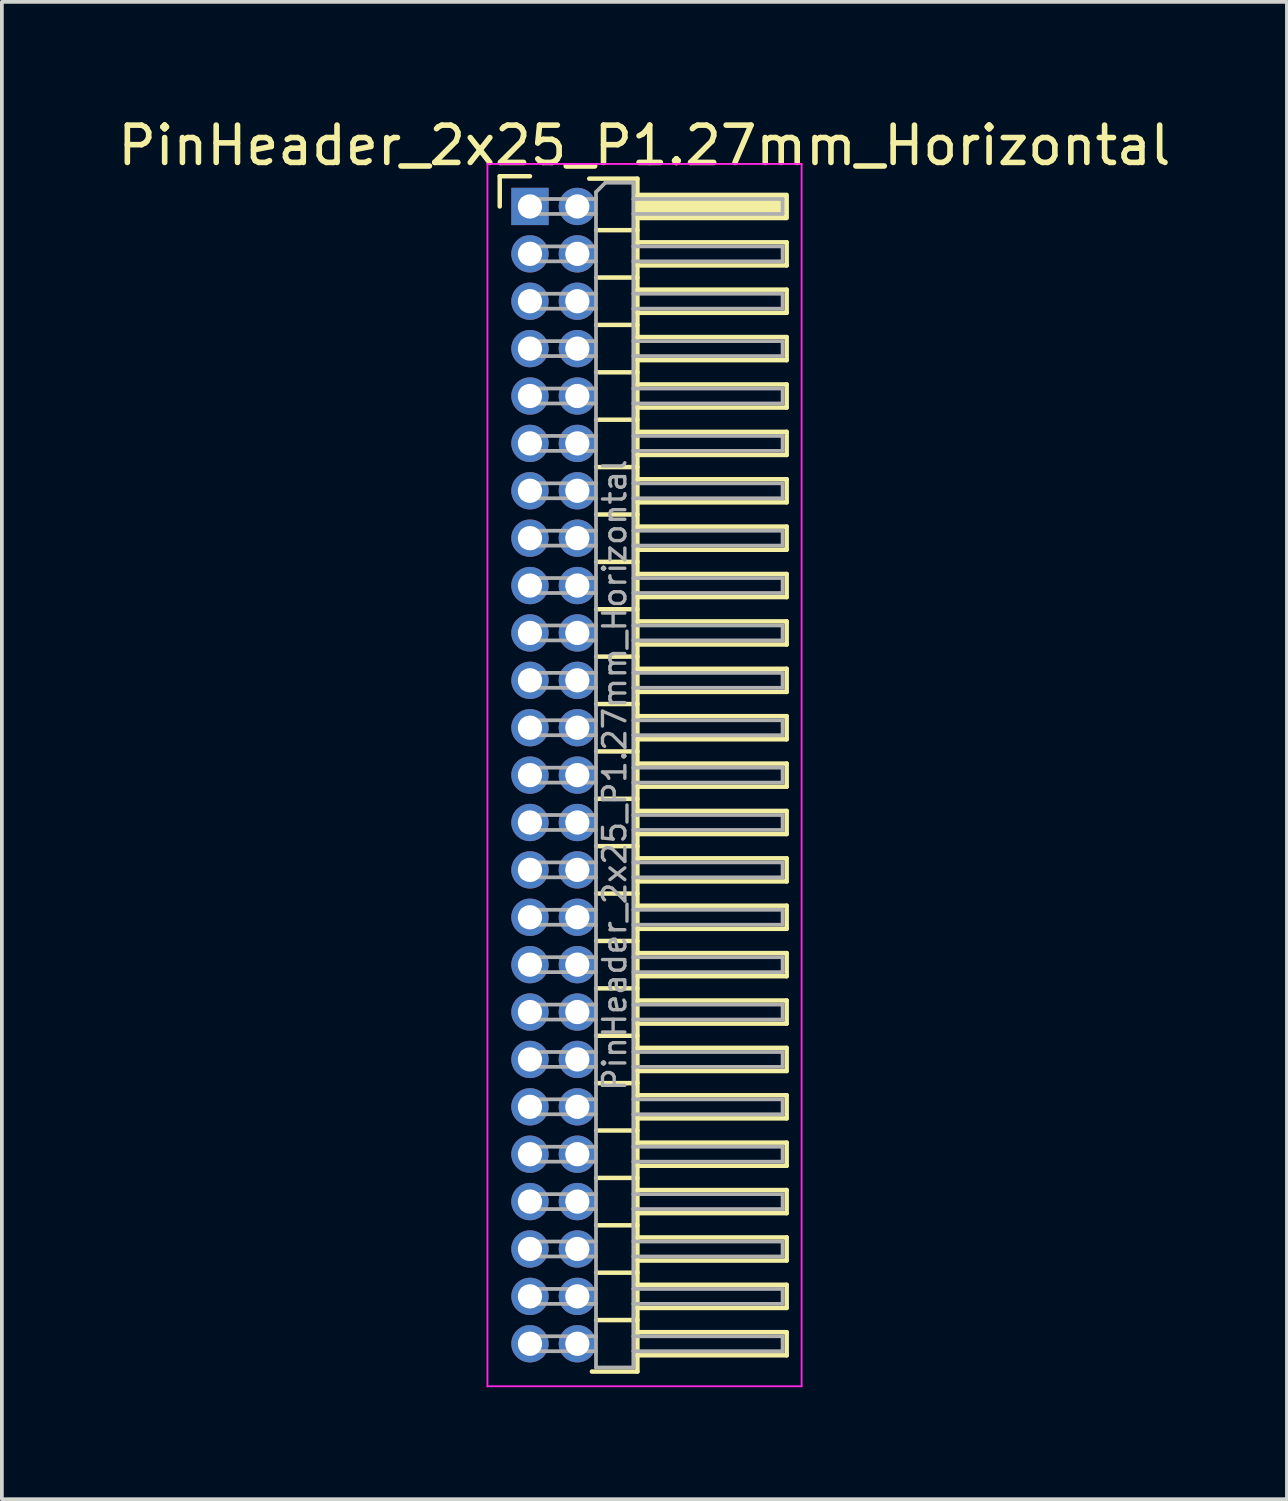
<source format=kicad_pcb>
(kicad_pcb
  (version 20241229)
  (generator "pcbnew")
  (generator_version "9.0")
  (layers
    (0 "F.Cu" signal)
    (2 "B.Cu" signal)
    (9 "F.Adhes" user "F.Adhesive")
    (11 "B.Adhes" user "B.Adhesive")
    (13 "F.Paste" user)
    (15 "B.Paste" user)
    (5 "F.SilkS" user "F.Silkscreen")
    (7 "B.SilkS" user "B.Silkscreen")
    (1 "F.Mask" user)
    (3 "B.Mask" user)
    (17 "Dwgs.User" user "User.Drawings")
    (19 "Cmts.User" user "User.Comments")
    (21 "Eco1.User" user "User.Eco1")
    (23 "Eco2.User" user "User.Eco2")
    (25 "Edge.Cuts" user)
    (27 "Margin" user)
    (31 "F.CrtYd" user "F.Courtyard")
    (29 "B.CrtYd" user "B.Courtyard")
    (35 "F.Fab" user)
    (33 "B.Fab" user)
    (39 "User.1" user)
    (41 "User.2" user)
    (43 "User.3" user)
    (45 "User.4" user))
  (footprint "PinHeader_2x25_P1.27mm_Horizontal"
    (layer "F.Cu")
    (at 11.153 2.483)
    (property "Reference" "PinHeader_2x25_P1.27mm_Horizontal" (at 3.067 -1.635 0) (layer "F.SilkS") (effects (font (size 1 1) (thickness 0.15))))
    (attr through_hole)
    (fp_line (start -0.81 -0.81) (end 0 -0.81) (stroke (width 0.12) (type solid)) (layer "F.SilkS"))
    (fp_line (start -0.81 0) (end -0.81 -0.81) (stroke (width 0.12) (type solid)) (layer "F.SilkS"))
    (fp_line (start 1.588 -0.745) (end 2.88 -0.745) (stroke (width 0.12) (type solid)) (layer "F.SilkS"))
    (fp_line (start 1.773 0.635) (end 2.88 0.635) (stroke (width 0.12) (type solid)) (layer "F.SilkS"))
    (fp_line (start 1.773 1.905) (end 2.88 1.905) (stroke (width 0.12) (type solid)) (layer "F.SilkS"))
    (fp_line (start 1.773 3.175) (end 2.88 3.175) (stroke (width 0.12) (type solid)) (layer "F.SilkS"))
    (fp_line (start 1.773 4.445) (end 2.88 4.445) (stroke (width 0.12) (type solid)) (layer "F.SilkS"))
    (fp_line (start 1.773 5.715) (end 2.88 5.715) (stroke (width 0.12) (type solid)) (layer "F.SilkS"))
    (fp_line (start 1.773 6.985) (end 2.88 6.985) (stroke (width 0.12) (type solid)) (layer "F.SilkS"))
    (fp_line (start 1.773 8.255) (end 2.88 8.255) (stroke (width 0.12) (type solid)) (layer "F.SilkS"))
    (fp_line (start 1.773 9.525) (end 2.88 9.525) (stroke (width 0.12) (type solid)) (layer "F.SilkS"))
    (fp_line (start 1.773 10.795) (end 2.88 10.795) (stroke (width 0.12) (type solid)) (layer "F.SilkS"))
    (fp_line (start 1.773 12.065) (end 2.88 12.065) (stroke (width 0.12) (type solid)) (layer "F.SilkS"))
    (fp_line (start 1.773 13.335) (end 2.88 13.335) (stroke (width 0.12) (type solid)) (layer "F.SilkS"))
    (fp_line (start 1.773 14.605) (end 2.88 14.605) (stroke (width 0.12) (type solid)) (layer "F.SilkS"))
    (fp_line (start 1.773 15.875) (end 2.88 15.875) (stroke (width 0.12) (type solid)) (layer "F.SilkS"))
    (fp_line (start 1.773 17.145) (end 2.88 17.145) (stroke (width 0.12) (type solid)) (layer "F.SilkS"))
    (fp_line (start 1.773 18.415) (end 2.88 18.415) (stroke (width 0.12) (type solid)) (layer "F.SilkS"))
    (fp_line (start 1.773 19.685) (end 2.88 19.685) (stroke (width 0.12) (type solid)) (layer "F.SilkS"))
    (fp_line (start 1.773 20.955) (end 2.88 20.955) (stroke (width 0.12) (type solid)) (layer "F.SilkS"))
    (fp_line (start 1.773 22.225) (end 2.88 22.225) (stroke (width 0.12) (type solid)) (layer "F.SilkS"))
    (fp_line (start 1.773 23.495) (end 2.88 23.495) (stroke (width 0.12) (type solid)) (layer "F.SilkS"))
    (fp_line (start 1.773 24.765) (end 2.88 24.765) (stroke (width 0.12) (type solid)) (layer "F.SilkS"))
    (fp_line (start 1.773 26.035) (end 2.88 26.035) (stroke (width 0.12) (type solid)) (layer "F.SilkS"))
    (fp_line (start 1.773 27.305) (end 2.88 27.305) (stroke (width 0.12) (type solid)) (layer "F.SilkS"))
    (fp_line (start 1.773 28.575) (end 2.88 28.575) (stroke (width 0.12) (type solid)) (layer "F.SilkS"))
    (fp_line (start 1.773 29.845) (end 2.88 29.845) (stroke (width 0.12) (type solid)) (layer "F.SilkS"))
    (fp_line (start 2.88 -0.745) (end 2.88 31.225) (stroke (width 0.12) (type solid)) (layer "F.SilkS"))
    (fp_line (start 2.88 0.96) (end 6.88 0.96) (stroke (width 0.12) (type solid)) (layer "F.SilkS"))
    (fp_line (start 2.88 2.23) (end 6.88 2.23) (stroke (width 0.12) (type solid)) (layer "F.SilkS"))
    (fp_line (start 2.88 3.5) (end 6.88 3.5) (stroke (width 0.12) (type solid)) (layer "F.SilkS"))
    (fp_line (start 2.88 4.77) (end 6.88 4.77) (stroke (width 0.12) (type solid)) (layer "F.SilkS"))
    (fp_line (start 2.88 6.04) (end 6.88 6.04) (stroke (width 0.12) (type solid)) (layer "F.SilkS"))
    (fp_line (start 2.88 7.31) (end 6.88 7.31) (stroke (width 0.12) (type solid)) (layer "F.SilkS"))
    (fp_line (start 2.88 8.58) (end 6.88 8.58) (stroke (width 0.12) (type solid)) (layer "F.SilkS"))
    (fp_line (start 2.88 9.85) (end 6.88 9.85) (stroke (width 0.12) (type solid)) (layer "F.SilkS"))
    (fp_line (start 2.88 11.12) (end 6.88 11.12) (stroke (width 0.12) (type solid)) (layer "F.SilkS"))
    (fp_line (start 2.88 12.39) (end 6.88 12.39) (stroke (width 0.12) (type solid)) (layer "F.SilkS"))
    (fp_line (start 2.88 13.66) (end 6.88 13.66) (stroke (width 0.12) (type solid)) (layer "F.SilkS"))
    (fp_line (start 2.88 14.93) (end 6.88 14.93) (stroke (width 0.12) (type solid)) (layer "F.SilkS"))
    (fp_line (start 2.88 16.2) (end 6.88 16.2) (stroke (width 0.12) (type solid)) (layer "F.SilkS"))
    (fp_line (start 2.88 17.47) (end 6.88 17.47) (stroke (width 0.12) (type solid)) (layer "F.SilkS"))
    (fp_line (start 2.88 18.74) (end 6.88 18.74) (stroke (width 0.12) (type solid)) (layer "F.SilkS"))
    (fp_line (start 2.88 20.01) (end 6.88 20.01) (stroke (width 0.12) (type solid)) (layer "F.SilkS"))
    (fp_line (start 2.88 21.28) (end 6.88 21.28) (stroke (width 0.12) (type solid)) (layer "F.SilkS"))
    (fp_line (start 2.88 22.55) (end 6.88 22.55) (stroke (width 0.12) (type solid)) (layer "F.SilkS"))
    (fp_line (start 2.88 23.82) (end 6.88 23.82) (stroke (width 0.12) (type solid)) (layer "F.SilkS"))
    (fp_line (start 2.88 25.09) (end 6.88 25.09) (stroke (width 0.12) (type solid)) (layer "F.SilkS"))
    (fp_line (start 2.88 26.36) (end 6.88 26.36) (stroke (width 0.12) (type solid)) (layer "F.SilkS"))
    (fp_line (start 2.88 27.63) (end 6.88 27.63) (stroke (width 0.12) (type solid)) (layer "F.SilkS"))
    (fp_line (start 2.88 28.9) (end 6.88 28.9) (stroke (width 0.12) (type solid)) (layer "F.SilkS"))
    (fp_line (start 2.88 30.17) (end 6.88 30.17) (stroke (width 0.12) (type solid)) (layer "F.SilkS"))
    (fp_line (start 2.88 31.225) (end 1.66 31.225) (stroke (width 0.12) (type solid)) (layer "F.SilkS"))
    (fp_line (start 6.88 0.96) (end 6.88 1.58) (stroke (width 0.12) (type solid)) (layer "F.SilkS"))
    (fp_line (start 6.88 1.58) (end 2.88 1.58) (stroke (width 0.12) (type solid)) (layer "F.SilkS"))
    (fp_line (start 6.88 2.23) (end 6.88 2.85) (stroke (width 0.12) (type solid)) (layer "F.SilkS"))
    (fp_line (start 6.88 2.85) (end 2.88 2.85) (stroke (width 0.12) (type solid)) (layer "F.SilkS"))
    (fp_line (start 6.88 3.5) (end 6.88 4.12) (stroke (width 0.12) (type solid)) (layer "F.SilkS"))
    (fp_line (start 6.88 4.12) (end 2.88 4.12) (stroke (width 0.12) (type solid)) (layer "F.SilkS"))
    (fp_line (start 6.88 4.77) (end 6.88 5.39) (stroke (width 0.12) (type solid)) (layer "F.SilkS"))
    (fp_line (start 6.88 5.39) (end 2.88 5.39) (stroke (width 0.12) (type solid)) (layer "F.SilkS"))
    (fp_line (start 6.88 6.04) (end 6.88 6.66) (stroke (width 0.12) (type solid)) (layer "F.SilkS"))
    (fp_line (start 6.88 6.66) (end 2.88 6.66) (stroke (width 0.12) (type solid)) (layer "F.SilkS"))
    (fp_line (start 6.88 7.31) (end 6.88 7.93) (stroke (width 0.12) (type solid)) (layer "F.SilkS"))
    (fp_line (start 6.88 7.93) (end 2.88 7.93) (stroke (width 0.12) (type solid)) (layer "F.SilkS"))
    (fp_line (start 6.88 8.58) (end 6.88 9.2) (stroke (width 0.12) (type solid)) (layer "F.SilkS"))
    (fp_line (start 6.88 9.2) (end 2.88 9.2) (stroke (width 0.12) (type solid)) (layer "F.SilkS"))
    (fp_line (start 6.88 9.85) (end 6.88 10.47) (stroke (width 0.12) (type solid)) (layer "F.SilkS"))
    (fp_line (start 6.88 10.47) (end 2.88 10.47) (stroke (width 0.12) (type solid)) (layer "F.SilkS"))
    (fp_line (start 6.88 11.12) (end 6.88 11.74) (stroke (width 0.12) (type solid)) (layer "F.SilkS"))
    (fp_line (start 6.88 11.74) (end 2.88 11.74) (stroke (width 0.12) (type solid)) (layer "F.SilkS"))
    (fp_line (start 6.88 12.39) (end 6.88 13.01) (stroke (width 0.12) (type solid)) (layer "F.SilkS"))
    (fp_line (start 6.88 13.01) (end 2.88 13.01) (stroke (width 0.12) (type solid)) (layer "F.SilkS"))
    (fp_line (start 6.88 13.66) (end 6.88 14.28) (stroke (width 0.12) (type solid)) (layer "F.SilkS"))
    (fp_line (start 6.88 14.28) (end 2.88 14.28) (stroke (width 0.12) (type solid)) (layer "F.SilkS"))
    (fp_line (start 6.88 14.93) (end 6.88 15.55) (stroke (width 0.12) (type solid)) (layer "F.SilkS"))
    (fp_line (start 6.88 15.55) (end 2.88 15.55) (stroke (width 0.12) (type solid)) (layer "F.SilkS"))
    (fp_line (start 6.88 16.2) (end 6.88 16.82) (stroke (width 0.12) (type solid)) (layer "F.SilkS"))
    (fp_line (start 6.88 16.82) (end 2.88 16.82) (stroke (width 0.12) (type solid)) (layer "F.SilkS"))
    (fp_line (start 6.88 17.47) (end 6.88 18.09) (stroke (width 0.12) (type solid)) (layer "F.SilkS"))
    (fp_line (start 6.88 18.09) (end 2.88 18.09) (stroke (width 0.12) (type solid)) (layer "F.SilkS"))
    (fp_line (start 6.88 18.74) (end 6.88 19.36) (stroke (width 0.12) (type solid)) (layer "F.SilkS"))
    (fp_line (start 6.88 19.36) (end 2.88 19.36) (stroke (width 0.12) (type solid)) (layer "F.SilkS"))
    (fp_line (start 6.88 20.01) (end 6.88 20.63) (stroke (width 0.12) (type solid)) (layer "F.SilkS"))
    (fp_line (start 6.88 20.63) (end 2.88 20.63) (stroke (width 0.12) (type solid)) (layer "F.SilkS"))
    (fp_line (start 6.88 21.28) (end 6.88 21.9) (stroke (width 0.12) (type solid)) (layer "F.SilkS"))
    (fp_line (start 6.88 21.9) (end 2.88 21.9) (stroke (width 0.12) (type solid)) (layer "F.SilkS"))
    (fp_line (start 6.88 22.55) (end 6.88 23.17) (stroke (width 0.12) (type solid)) (layer "F.SilkS"))
    (fp_line (start 6.88 23.17) (end 2.88 23.17) (stroke (width 0.12) (type solid)) (layer "F.SilkS"))
    (fp_line (start 6.88 23.82) (end 6.88 24.44) (stroke (width 0.12) (type solid)) (layer "F.SilkS"))
    (fp_line (start 6.88 24.44) (end 2.88 24.44) (stroke (width 0.12) (type solid)) (layer "F.SilkS"))
    (fp_line (start 6.88 25.09) (end 6.88 25.71) (stroke (width 0.12) (type solid)) (layer "F.SilkS"))
    (fp_line (start 6.88 25.71) (end 2.88 25.71) (stroke (width 0.12) (type solid)) (layer "F.SilkS"))
    (fp_line (start 6.88 26.36) (end 6.88 26.98) (stroke (width 0.12) (type solid)) (layer "F.SilkS"))
    (fp_line (start 6.88 26.98) (end 2.88 26.98) (stroke (width 0.12) (type solid)) (layer "F.SilkS"))
    (fp_line (start 6.88 27.63) (end 6.88 28.25) (stroke (width 0.12) (type solid)) (layer "F.SilkS"))
    (fp_line (start 6.88 28.25) (end 2.88 28.25) (stroke (width 0.12) (type solid)) (layer "F.SilkS"))
    (fp_line (start 6.88 28.9) (end 6.88 29.52) (stroke (width 0.12) (type solid)) (layer "F.SilkS"))
    (fp_line (start 6.88 29.52) (end 2.88 29.52) (stroke (width 0.12) (type solid)) (layer "F.SilkS"))
    (fp_line (start 6.88 30.17) (end 6.88 30.79) (stroke (width 0.12) (type solid)) (layer "F.SilkS"))
    (fp_line (start 6.88 30.79) (end 2.88 30.79) (stroke (width 0.12) (type solid)) (layer "F.SilkS"))
    (fp_rect (start 2.88 -0.31) (end 6.88 0.31) (stroke (width 0.12) (type solid)) (fill yes) (layer "F.SilkS"))
    (fp_line (start -1.14 -1.14) (end -1.14 31.62) (stroke (width 0.05) (type solid)) (layer "F.CrtYd"))
    (fp_line (start -1.14 31.62) (end 7.28 31.62) (stroke (width 0.05) (type solid)) (layer "F.CrtYd"))
    (fp_line (start 7.28 -1.14) (end -1.14 -1.14) (stroke (width 0.05) (type solid)) (layer "F.CrtYd"))
    (fp_line (start 7.28 31.62) (end 7.28 -1.14) (stroke (width 0.05) (type solid)) (layer "F.CrtYd"))
    (fp_line (start -0.2 -0.2) (end -0.2 0.2) (stroke (width 0.1) (type solid)) (layer "F.Fab"))
    (fp_line (start -0.2 -0.2) (end 1.77 -0.2) (stroke (width 0.1) (type solid)) (layer "F.Fab"))
    (fp_line (start -0.2 0.2) (end 1.77 0.2) (stroke (width 0.1) (type solid)) (layer "F.Fab"))
    (fp_line (start -0.2 1.07) (end -0.2 1.47) (stroke (width 0.1) (type solid)) (layer "F.Fab"))
    (fp_line (start -0.2 1.07) (end 1.77 1.07) (stroke (width 0.1) (type solid)) (layer "F.Fab"))
    (fp_line (start -0.2 1.47) (end 1.77 1.47) (stroke (width 0.1) (type solid)) (layer "F.Fab"))
    (fp_line (start -0.2 2.34) (end -0.2 2.74) (stroke (width 0.1) (type solid)) (layer "F.Fab"))
    (fp_line (start -0.2 2.34) (end 1.77 2.34) (stroke (width 0.1) (type solid)) (layer "F.Fab"))
    (fp_line (start -0.2 2.74) (end 1.77 2.74) (stroke (width 0.1) (type solid)) (layer "F.Fab"))
    (fp_line (start -0.2 3.61) (end -0.2 4.01) (stroke (width 0.1) (type solid)) (layer "F.Fab"))
    (fp_line (start -0.2 3.61) (end 1.77 3.61) (stroke (width 0.1) (type solid)) (layer "F.Fab"))
    (fp_line (start -0.2 4.01) (end 1.77 4.01) (stroke (width 0.1) (type solid)) (layer "F.Fab"))
    (fp_line (start -0.2 4.88) (end -0.2 5.28) (stroke (width 0.1) (type solid)) (layer "F.Fab"))
    (fp_line (start -0.2 4.88) (end 1.77 4.88) (stroke (width 0.1) (type solid)) (layer "F.Fab"))
    (fp_line (start -0.2 5.28) (end 1.77 5.28) (stroke (width 0.1) (type solid)) (layer "F.Fab"))
    (fp_line (start -0.2 6.15) (end -0.2 6.55) (stroke (width 0.1) (type solid)) (layer "F.Fab"))
    (fp_line (start -0.2 6.15) (end 1.77 6.15) (stroke (width 0.1) (type solid)) (layer "F.Fab"))
    (fp_line (start -0.2 6.55) (end 1.77 6.55) (stroke (width 0.1) (type solid)) (layer "F.Fab"))
    (fp_line (start -0.2 7.42) (end -0.2 7.82) (stroke (width 0.1) (type solid)) (layer "F.Fab"))
    (fp_line (start -0.2 7.42) (end 1.77 7.42) (stroke (width 0.1) (type solid)) (layer "F.Fab"))
    (fp_line (start -0.2 7.82) (end 1.77 7.82) (stroke (width 0.1) (type solid)) (layer "F.Fab"))
    (fp_line (start -0.2 8.69) (end -0.2 9.09) (stroke (width 0.1) (type solid)) (layer "F.Fab"))
    (fp_line (start -0.2 8.69) (end 1.77 8.69) (stroke (width 0.1) (type solid)) (layer "F.Fab"))
    (fp_line (start -0.2 9.09) (end 1.77 9.09) (stroke (width 0.1) (type solid)) (layer "F.Fab"))
    (fp_line (start -0.2 9.96) (end -0.2 10.36) (stroke (width 0.1) (type solid)) (layer "F.Fab"))
    (fp_line (start -0.2 9.96) (end 1.77 9.96) (stroke (width 0.1) (type solid)) (layer "F.Fab"))
    (fp_line (start -0.2 10.36) (end 1.77 10.36) (stroke (width 0.1) (type solid)) (layer "F.Fab"))
    (fp_line (start -0.2 11.23) (end -0.2 11.63) (stroke (width 0.1) (type solid)) (layer "F.Fab"))
    (fp_line (start -0.2 11.23) (end 1.77 11.23) (stroke (width 0.1) (type solid)) (layer "F.Fab"))
    (fp_line (start -0.2 11.63) (end 1.77 11.63) (stroke (width 0.1) (type solid)) (layer "F.Fab"))
    (fp_line (start -0.2 12.5) (end -0.2 12.9) (stroke (width 0.1) (type solid)) (layer "F.Fab"))
    (fp_line (start -0.2 12.5) (end 1.77 12.5) (stroke (width 0.1) (type solid)) (layer "F.Fab"))
    (fp_line (start -0.2 12.9) (end 1.77 12.9) (stroke (width 0.1) (type solid)) (layer "F.Fab"))
    (fp_line (start -0.2 13.77) (end -0.2 14.17) (stroke (width 0.1) (type solid)) (layer "F.Fab"))
    (fp_line (start -0.2 13.77) (end 1.77 13.77) (stroke (width 0.1) (type solid)) (layer "F.Fab"))
    (fp_line (start -0.2 14.17) (end 1.77 14.17) (stroke (width 0.1) (type solid)) (layer "F.Fab"))
    (fp_line (start -0.2 15.04) (end -0.2 15.44) (stroke (width 0.1) (type solid)) (layer "F.Fab"))
    (fp_line (start -0.2 15.04) (end 1.77 15.04) (stroke (width 0.1) (type solid)) (layer "F.Fab"))
    (fp_line (start -0.2 15.44) (end 1.77 15.44) (stroke (width 0.1) (type solid)) (layer "F.Fab"))
    (fp_line (start -0.2 16.31) (end -0.2 16.71) (stroke (width 0.1) (type solid)) (layer "F.Fab"))
    (fp_line (start -0.2 16.31) (end 1.77 16.31) (stroke (width 0.1) (type solid)) (layer "F.Fab"))
    (fp_line (start -0.2 16.71) (end 1.77 16.71) (stroke (width 0.1) (type solid)) (layer "F.Fab"))
    (fp_line (start -0.2 17.58) (end -0.2 17.98) (stroke (width 0.1) (type solid)) (layer "F.Fab"))
    (fp_line (start -0.2 17.58) (end 1.77 17.58) (stroke (width 0.1) (type solid)) (layer "F.Fab"))
    (fp_line (start -0.2 17.98) (end 1.77 17.98) (stroke (width 0.1) (type solid)) (layer "F.Fab"))
    (fp_line (start -0.2 18.85) (end -0.2 19.25) (stroke (width 0.1) (type solid)) (layer "F.Fab"))
    (fp_line (start -0.2 18.85) (end 1.77 18.85) (stroke (width 0.1) (type solid)) (layer "F.Fab"))
    (fp_line (start -0.2 19.25) (end 1.77 19.25) (stroke (width 0.1) (type solid)) (layer "F.Fab"))
    (fp_line (start -0.2 20.12) (end -0.2 20.52) (stroke (width 0.1) (type solid)) (layer "F.Fab"))
    (fp_line (start -0.2 20.12) (end 1.77 20.12) (stroke (width 0.1) (type solid)) (layer "F.Fab"))
    (fp_line (start -0.2 20.52) (end 1.77 20.52) (stroke (width 0.1) (type solid)) (layer "F.Fab"))
    (fp_line (start -0.2 21.39) (end -0.2 21.79) (stroke (width 0.1) (type solid)) (layer "F.Fab"))
    (fp_line (start -0.2 21.39) (end 1.77 21.39) (stroke (width 0.1) (type solid)) (layer "F.Fab"))
    (fp_line (start -0.2 21.79) (end 1.77 21.79) (stroke (width 0.1) (type solid)) (layer "F.Fab"))
    (fp_line (start -0.2 22.66) (end -0.2 23.06) (stroke (width 0.1) (type solid)) (layer "F.Fab"))
    (fp_line (start -0.2 22.66) (end 1.77 22.66) (stroke (width 0.1) (type solid)) (layer "F.Fab"))
    (fp_line (start -0.2 23.06) (end 1.77 23.06) (stroke (width 0.1) (type solid)) (layer "F.Fab"))
    (fp_line (start -0.2 23.93) (end -0.2 24.33) (stroke (width 0.1) (type solid)) (layer "F.Fab"))
    (fp_line (start -0.2 23.93) (end 1.77 23.93) (stroke (width 0.1) (type solid)) (layer "F.Fab"))
    (fp_line (start -0.2 24.33) (end 1.77 24.33) (stroke (width 0.1) (type solid)) (layer "F.Fab"))
    (fp_line (start -0.2 25.2) (end -0.2 25.6) (stroke (width 0.1) (type solid)) (layer "F.Fab"))
    (fp_line (start -0.2 25.2) (end 1.77 25.2) (stroke (width 0.1) (type solid)) (layer "F.Fab"))
    (fp_line (start -0.2 25.6) (end 1.77 25.6) (stroke (width 0.1) (type solid)) (layer "F.Fab"))
    (fp_line (start -0.2 26.47) (end -0.2 26.87) (stroke (width 0.1) (type solid)) (layer "F.Fab"))
    (fp_line (start -0.2 26.47) (end 1.77 26.47) (stroke (width 0.1) (type solid)) (layer "F.Fab"))
    (fp_line (start -0.2 26.87) (end 1.77 26.87) (stroke (width 0.1) (type solid)) (layer "F.Fab"))
    (fp_line (start -0.2 27.74) (end -0.2 28.14) (stroke (width 0.1) (type solid)) (layer "F.Fab"))
    (fp_line (start -0.2 27.74) (end 1.77 27.74) (stroke (width 0.1) (type solid)) (layer "F.Fab"))
    (fp_line (start -0.2 28.14) (end 1.77 28.14) (stroke (width 0.1) (type solid)) (layer "F.Fab"))
    (fp_line (start -0.2 29.01) (end -0.2 29.41) (stroke (width 0.1) (type solid)) (layer "F.Fab"))
    (fp_line (start -0.2 29.01) (end 1.77 29.01) (stroke (width 0.1) (type solid)) (layer "F.Fab"))
    (fp_line (start -0.2 29.41) (end 1.77 29.41) (stroke (width 0.1) (type solid)) (layer "F.Fab"))
    (fp_line (start -0.2 30.28) (end -0.2 30.68) (stroke (width 0.1) (type solid)) (layer "F.Fab"))
    (fp_line (start -0.2 30.28) (end 1.77 30.28) (stroke (width 0.1) (type solid)) (layer "F.Fab"))
    (fp_line (start -0.2 30.68) (end 1.77 30.68) (stroke (width 0.1) (type solid)) (layer "F.Fab"))
    (fp_line (start 1.77 -0.385) (end 2.02 -0.635) (stroke (width 0.1) (type solid)) (layer "F.Fab"))
    (fp_line (start 1.77 31.115) (end 1.77 -0.385) (stroke (width 0.1) (type solid)) (layer "F.Fab"))
    (fp_line (start 2.02 -0.635) (end 2.77 -0.635) (stroke (width 0.1) (type solid)) (layer "F.Fab"))
    (fp_line (start 2.77 -0.635) (end 2.77 31.115) (stroke (width 0.1) (type solid)) (layer "F.Fab"))
    (fp_line (start 2.77 -0.2) (end 6.77 -0.2) (stroke (width 0.1) (type solid)) (layer "F.Fab"))
    (fp_line (start 2.77 0.2) (end 6.77 0.2) (stroke (width 0.1) (type solid)) (layer "F.Fab"))
    (fp_line (start 2.77 1.07) (end 6.77 1.07) (stroke (width 0.1) (type solid)) (layer "F.Fab"))
    (fp_line (start 2.77 1.47) (end 6.77 1.47) (stroke (width 0.1) (type solid)) (layer "F.Fab"))
    (fp_line (start 2.77 2.34) (end 6.77 2.34) (stroke (width 0.1) (type solid)) (layer "F.Fab"))
    (fp_line (start 2.77 2.74) (end 6.77 2.74) (stroke (width 0.1) (type solid)) (layer "F.Fab"))
    (fp_line (start 2.77 3.61) (end 6.77 3.61) (stroke (width 0.1) (type solid)) (layer "F.Fab"))
    (fp_line (start 2.77 4.01) (end 6.77 4.01) (stroke (width 0.1) (type solid)) (layer "F.Fab"))
    (fp_line (start 2.77 4.88) (end 6.77 4.88) (stroke (width 0.1) (type solid)) (layer "F.Fab"))
    (fp_line (start 2.77 5.28) (end 6.77 5.28) (stroke (width 0.1) (type solid)) (layer "F.Fab"))
    (fp_line (start 2.77 6.15) (end 6.77 6.15) (stroke (width 0.1) (type solid)) (layer "F.Fab"))
    (fp_line (start 2.77 6.55) (end 6.77 6.55) (stroke (width 0.1) (type solid)) (layer "F.Fab"))
    (fp_line (start 2.77 7.42) (end 6.77 7.42) (stroke (width 0.1) (type solid)) (layer "F.Fab"))
    (fp_line (start 2.77 7.82) (end 6.77 7.82) (stroke (width 0.1) (type solid)) (layer "F.Fab"))
    (fp_line (start 2.77 8.69) (end 6.77 8.69) (stroke (width 0.1) (type solid)) (layer "F.Fab"))
    (fp_line (start 2.77 9.09) (end 6.77 9.09) (stroke (width 0.1) (type solid)) (layer "F.Fab"))
    (fp_line (start 2.77 9.96) (end 6.77 9.96) (stroke (width 0.1) (type solid)) (layer "F.Fab"))
    (fp_line (start 2.77 10.36) (end 6.77 10.36) (stroke (width 0.1) (type solid)) (layer "F.Fab"))
    (fp_line (start 2.77 11.23) (end 6.77 11.23) (stroke (width 0.1) (type solid)) (layer "F.Fab"))
    (fp_line (start 2.77 11.63) (end 6.77 11.63) (stroke (width 0.1) (type solid)) (layer "F.Fab"))
    (fp_line (start 2.77 12.5) (end 6.77 12.5) (stroke (width 0.1) (type solid)) (layer "F.Fab"))
    (fp_line (start 2.77 12.9) (end 6.77 12.9) (stroke (width 0.1) (type solid)) (layer "F.Fab"))
    (fp_line (start 2.77 13.77) (end 6.77 13.77) (stroke (width 0.1) (type solid)) (layer "F.Fab"))
    (fp_line (start 2.77 14.17) (end 6.77 14.17) (stroke (width 0.1) (type solid)) (layer "F.Fab"))
    (fp_line (start 2.77 15.04) (end 6.77 15.04) (stroke (width 0.1) (type solid)) (layer "F.Fab"))
    (fp_line (start 2.77 15.44) (end 6.77 15.44) (stroke (width 0.1) (type solid)) (layer "F.Fab"))
    (fp_line (start 2.77 16.31) (end 6.77 16.31) (stroke (width 0.1) (type solid)) (layer "F.Fab"))
    (fp_line (start 2.77 16.71) (end 6.77 16.71) (stroke (width 0.1) (type solid)) (layer "F.Fab"))
    (fp_line (start 2.77 17.58) (end 6.77 17.58) (stroke (width 0.1) (type solid)) (layer "F.Fab"))
    (fp_line (start 2.77 17.98) (end 6.77 17.98) (stroke (width 0.1) (type solid)) (layer "F.Fab"))
    (fp_line (start 2.77 18.85) (end 6.77 18.85) (stroke (width 0.1) (type solid)) (layer "F.Fab"))
    (fp_line (start 2.77 19.25) (end 6.77 19.25) (stroke (width 0.1) (type solid)) (layer "F.Fab"))
    (fp_line (start 2.77 20.12) (end 6.77 20.12) (stroke (width 0.1) (type solid)) (layer "F.Fab"))
    (fp_line (start 2.77 20.52) (end 6.77 20.52) (stroke (width 0.1) (type solid)) (layer "F.Fab"))
    (fp_line (start 2.77 21.39) (end 6.77 21.39) (stroke (width 0.1) (type solid)) (layer "F.Fab"))
    (fp_line (start 2.77 21.79) (end 6.77 21.79) (stroke (width 0.1) (type solid)) (layer "F.Fab"))
    (fp_line (start 2.77 22.66) (end 6.77 22.66) (stroke (width 0.1) (type solid)) (layer "F.Fab"))
    (fp_line (start 2.77 23.06) (end 6.77 23.06) (stroke (width 0.1) (type solid)) (layer "F.Fab"))
    (fp_line (start 2.77 23.93) (end 6.77 23.93) (stroke (width 0.1) (type solid)) (layer "F.Fab"))
    (fp_line (start 2.77 24.33) (end 6.77 24.33) (stroke (width 0.1) (type solid)) (layer "F.Fab"))
    (fp_line (start 2.77 25.2) (end 6.77 25.2) (stroke (width 0.1) (type solid)) (layer "F.Fab"))
    (fp_line (start 2.77 25.6) (end 6.77 25.6) (stroke (width 0.1) (type solid)) (layer "F.Fab"))
    (fp_line (start 2.77 26.47) (end 6.77 26.47) (stroke (width 0.1) (type solid)) (layer "F.Fab"))
    (fp_line (start 2.77 26.87) (end 6.77 26.87) (stroke (width 0.1) (type solid)) (layer "F.Fab"))
    (fp_line (start 2.77 27.74) (end 6.77 27.74) (stroke (width 0.1) (type solid)) (layer "F.Fab"))
    (fp_line (start 2.77 28.14) (end 6.77 28.14) (stroke (width 0.1) (type solid)) (layer "F.Fab"))
    (fp_line (start 2.77 29.01) (end 6.77 29.01) (stroke (width 0.1) (type solid)) (layer "F.Fab"))
    (fp_line (start 2.77 29.41) (end 6.77 29.41) (stroke (width 0.1) (type solid)) (layer "F.Fab"))
    (fp_line (start 2.77 30.28) (end 6.77 30.28) (stroke (width 0.1) (type solid)) (layer "F.Fab"))
    (fp_line (start 2.77 30.68) (end 6.77 30.68) (stroke (width 0.1) (type solid)) (layer "F.Fab"))
    (fp_line (start 2.77 31.115) (end 1.77 31.115) (stroke (width 0.1) (type solid)) (layer "F.Fab"))
    (fp_line (start 6.77 -0.2) (end 6.77 0.2) (stroke (width 0.1) (type solid)) (layer "F.Fab"))
    (fp_line (start 6.77 1.07) (end 6.77 1.47) (stroke (width 0.1) (type solid)) (layer "F.Fab"))
    (fp_line (start 6.77 2.34) (end 6.77 2.74) (stroke (width 0.1) (type solid)) (layer "F.Fab"))
    (fp_line (start 6.77 3.61) (end 6.77 4.01) (stroke (width 0.1) (type solid)) (layer "F.Fab"))
    (fp_line (start 6.77 4.88) (end 6.77 5.28) (stroke (width 0.1) (type solid)) (layer "F.Fab"))
    (fp_line (start 6.77 6.15) (end 6.77 6.55) (stroke (width 0.1) (type solid)) (layer "F.Fab"))
    (fp_line (start 6.77 7.42) (end 6.77 7.82) (stroke (width 0.1) (type solid)) (layer "F.Fab"))
    (fp_line (start 6.77 8.69) (end 6.77 9.09) (stroke (width 0.1) (type solid)) (layer "F.Fab"))
    (fp_line (start 6.77 9.96) (end 6.77 10.36) (stroke (width 0.1) (type solid)) (layer "F.Fab"))
    (fp_line (start 6.77 11.23) (end 6.77 11.63) (stroke (width 0.1) (type solid)) (layer "F.Fab"))
    (fp_line (start 6.77 12.5) (end 6.77 12.9) (stroke (width 0.1) (type solid)) (layer "F.Fab"))
    (fp_line (start 6.77 13.77) (end 6.77 14.17) (stroke (width 0.1) (type solid)) (layer "F.Fab"))
    (fp_line (start 6.77 15.04) (end 6.77 15.44) (stroke (width 0.1) (type solid)) (layer "F.Fab"))
    (fp_line (start 6.77 16.31) (end 6.77 16.71) (stroke (width 0.1) (type solid)) (layer "F.Fab"))
    (fp_line (start 6.77 17.58) (end 6.77 17.98) (stroke (width 0.1) (type solid)) (layer "F.Fab"))
    (fp_line (start 6.77 18.85) (end 6.77 19.25) (stroke (width 0.1) (type solid)) (layer "F.Fab"))
    (fp_line (start 6.77 20.12) (end 6.77 20.52) (stroke (width 0.1) (type solid)) (layer "F.Fab"))
    (fp_line (start 6.77 21.39) (end 6.77 21.79) (stroke (width 0.1) (type solid)) (layer "F.Fab"))
    (fp_line (start 6.77 22.66) (end 6.77 23.06) (stroke (width 0.1) (type solid)) (layer "F.Fab"))
    (fp_line (start 6.77 23.93) (end 6.77 24.33) (stroke (width 0.1) (type solid)) (layer "F.Fab"))
    (fp_line (start 6.77 25.2) (end 6.77 25.6) (stroke (width 0.1) (type solid)) (layer "F.Fab"))
    (fp_line (start 6.77 26.47) (end 6.77 26.87) (stroke (width 0.1) (type solid)) (layer "F.Fab"))
    (fp_line (start 6.77 27.74) (end 6.77 28.14) (stroke (width 0.1) (type solid)) (layer "F.Fab"))
    (fp_line (start 6.77 29.01) (end 6.77 29.41) (stroke (width 0.1) (type solid)) (layer "F.Fab"))
    (fp_line (start 6.77 30.28) (end 6.77 30.68) (stroke (width 0.1) (type solid)) (layer "F.Fab"))
    (fp_text user "${REFERENCE}" (at 2.27 15.24 90) (layer "F.Fab") (effects (font (size 0.6 0.6) (thickness 0.09))))
    (pad "1" thru_hole rect (at 0 0) (size 1 1) (drill 0.65) (layers "*.Cu" "*.Mask"))
    (pad "2" thru_hole circle (at 1.27 0) (size 1 1) (drill 0.65) (layers "*.Cu" "*.Mask"))
    (pad "3" thru_hole circle (at 0 1.27) (size 1 1) (drill 0.65) (layers "*.Cu" "*.Mask"))
    (pad "4" thru_hole circle (at 1.27 1.27) (size 1 1) (drill 0.65) (layers "*.Cu" "*.Mask"))
    (pad "5" thru_hole circle (at 0 2.54) (size 1 1) (drill 0.65) (layers "*.Cu" "*.Mask"))
    (pad "6" thru_hole circle (at 1.27 2.54) (size 1 1) (drill 0.65) (layers "*.Cu" "*.Mask"))
    (pad "7" thru_hole circle (at 0 3.81) (size 1 1) (drill 0.65) (layers "*.Cu" "*.Mask"))
    (pad "8" thru_hole circle (at 1.27 3.81) (size 1 1) (drill 0.65) (layers "*.Cu" "*.Mask"))
    (pad "9" thru_hole circle (at 0 5.08) (size 1 1) (drill 0.65) (layers "*.Cu" "*.Mask"))
    (pad "10" thru_hole circle (at 1.27 5.08) (size 1 1) (drill 0.65) (layers "*.Cu" "*.Mask"))
    (pad "11" thru_hole circle (at 0 6.35) (size 1 1) (drill 0.65) (layers "*.Cu" "*.Mask"))
    (pad "12" thru_hole circle (at 1.27 6.35) (size 1 1) (drill 0.65) (layers "*.Cu" "*.Mask"))
    (pad "13" thru_hole circle (at 0 7.62) (size 1 1) (drill 0.65) (layers "*.Cu" "*.Mask"))
    (pad "14" thru_hole circle (at 1.27 7.62) (size 1 1) (drill 0.65) (layers "*.Cu" "*.Mask"))
    (pad "15" thru_hole circle (at 0 8.89) (size 1 1) (drill 0.65) (layers "*.Cu" "*.Mask"))
    (pad "16" thru_hole circle (at 1.27 8.89) (size 1 1) (drill 0.65) (layers "*.Cu" "*.Mask"))
    (pad "17" thru_hole circle (at 0 10.16) (size 1 1) (drill 0.65) (layers "*.Cu" "*.Mask"))
    (pad "18" thru_hole circle (at 1.27 10.16) (size 1 1) (drill 0.65) (layers "*.Cu" "*.Mask"))
    (pad "19" thru_hole circle (at 0 11.43) (size 1 1) (drill 0.65) (layers "*.Cu" "*.Mask"))
    (pad "20" thru_hole circle (at 1.27 11.43) (size 1 1) (drill 0.65) (layers "*.Cu" "*.Mask"))
    (pad "21" thru_hole circle (at 0 12.7) (size 1 1) (drill 0.65) (layers "*.Cu" "*.Mask"))
    (pad "22" thru_hole circle (at 1.27 12.7) (size 1 1) (drill 0.65) (layers "*.Cu" "*.Mask"))
    (pad "23" thru_hole circle (at 0 13.97) (size 1 1) (drill 0.65) (layers "*.Cu" "*.Mask"))
    (pad "24" thru_hole circle (at 1.27 13.97) (size 1 1) (drill 0.65) (layers "*.Cu" "*.Mask"))
    (pad "25" thru_hole circle (at 0 15.24) (size 1 1) (drill 0.65) (layers "*.Cu" "*.Mask"))
    (pad "26" thru_hole circle (at 1.27 15.24) (size 1 1) (drill 0.65) (layers "*.Cu" "*.Mask"))
    (pad "27" thru_hole circle (at 0 16.51) (size 1 1) (drill 0.65) (layers "*.Cu" "*.Mask"))
    (pad "28" thru_hole circle (at 1.27 16.51) (size 1 1) (drill 0.65) (layers "*.Cu" "*.Mask"))
    (pad "29" thru_hole circle (at 0 17.78) (size 1 1) (drill 0.65) (layers "*.Cu" "*.Mask"))
    (pad "30" thru_hole circle (at 1.27 17.78) (size 1 1) (drill 0.65) (layers "*.Cu" "*.Mask"))
    (pad "31" thru_hole circle (at 0 19.05) (size 1 1) (drill 0.65) (layers "*.Cu" "*.Mask"))
    (pad "32" thru_hole circle (at 1.27 19.05) (size 1 1) (drill 0.65) (layers "*.Cu" "*.Mask"))
    (pad "33" thru_hole circle (at 0 20.32) (size 1 1) (drill 0.65) (layers "*.Cu" "*.Mask"))
    (pad "34" thru_hole circle (at 1.27 20.32) (size 1 1) (drill 0.65) (layers "*.Cu" "*.Mask"))
    (pad "35" thru_hole circle (at 0 21.59) (size 1 1) (drill 0.65) (layers "*.Cu" "*.Mask"))
    (pad "36" thru_hole circle (at 1.27 21.59) (size 1 1) (drill 0.65) (layers "*.Cu" "*.Mask"))
    (pad "37" thru_hole circle (at 0 22.86) (size 1 1) (drill 0.65) (layers "*.Cu" "*.Mask"))
    (pad "38" thru_hole circle (at 1.27 22.86) (size 1 1) (drill 0.65) (layers "*.Cu" "*.Mask"))
    (pad "39" thru_hole circle (at 0 24.13) (size 1 1) (drill 0.65) (layers "*.Cu" "*.Mask"))
    (pad "40" thru_hole circle (at 1.27 24.13) (size 1 1) (drill 0.65) (layers "*.Cu" "*.Mask"))
    (pad "41" thru_hole circle (at 0 25.4) (size 1 1) (drill 0.65) (layers "*.Cu" "*.Mask"))
    (pad "42" thru_hole circle (at 1.27 25.4) (size 1 1) (drill 0.65) (layers "*.Cu" "*.Mask"))
    (pad "43" thru_hole circle (at 0 26.67) (size 1 1) (drill 0.65) (layers "*.Cu" "*.Mask"))
    (pad "44" thru_hole circle (at 1.27 26.67) (size 1 1) (drill 0.65) (layers "*.Cu" "*.Mask"))
    (pad "45" thru_hole circle (at 0 27.94) (size 1 1) (drill 0.65) (layers "*.Cu" "*.Mask"))
    (pad "46" thru_hole circle (at 1.27 27.94) (size 1 1) (drill 0.65) (layers "*.Cu" "*.Mask"))
    (pad "47" thru_hole circle (at 0 29.21) (size 1 1) (drill 0.65) (layers "*.Cu" "*.Mask"))
    (pad "48" thru_hole circle (at 1.27 29.21) (size 1 1) (drill 0.65) (layers "*.Cu" "*.Mask"))
    (pad "49" thru_hole circle (at 0 30.48) (size 1 1) (drill 0.65) (layers "*.Cu" "*.Mask"))
    (pad "50" thru_hole circle (at 1.27 30.48) (size 1 1) (drill 0.65) (layers "*.Cu" "*.Mask")))
  (gr_rect
    (start -3 -3)
    (end 31.44 37.128)
    (stroke (width 0.1) (type default))
    (fill no)
    (layer "Edge.Cuts")))
</source>
